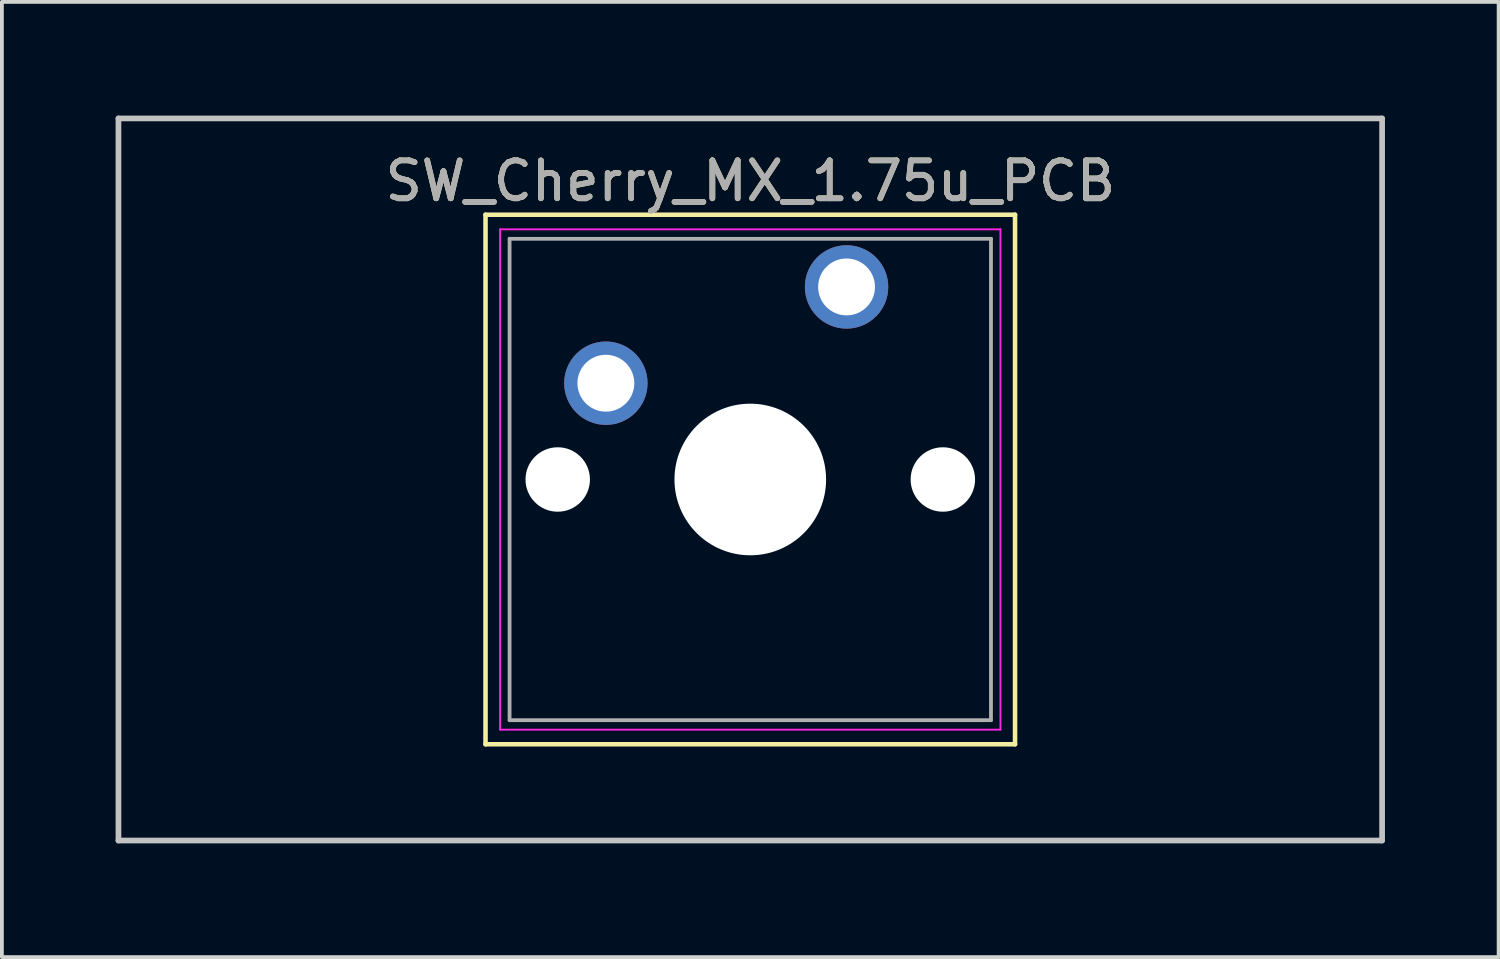
<source format=kicad_pcb>
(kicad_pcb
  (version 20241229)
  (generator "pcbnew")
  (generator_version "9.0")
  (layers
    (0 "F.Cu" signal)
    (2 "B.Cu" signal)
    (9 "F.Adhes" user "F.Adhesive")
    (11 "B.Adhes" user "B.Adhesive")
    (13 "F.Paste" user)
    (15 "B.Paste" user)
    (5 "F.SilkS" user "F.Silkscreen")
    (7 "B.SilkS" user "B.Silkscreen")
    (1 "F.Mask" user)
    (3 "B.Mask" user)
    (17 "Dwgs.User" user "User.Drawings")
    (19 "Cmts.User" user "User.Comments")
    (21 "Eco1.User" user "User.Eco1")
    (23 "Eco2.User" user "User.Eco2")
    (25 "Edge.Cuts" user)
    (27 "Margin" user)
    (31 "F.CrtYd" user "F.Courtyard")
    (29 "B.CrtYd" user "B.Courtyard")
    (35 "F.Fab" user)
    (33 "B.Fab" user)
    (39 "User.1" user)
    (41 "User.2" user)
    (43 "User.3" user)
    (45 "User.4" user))
  (footprint "SW_Cherry_MX_1.75u_PCB"
    (layer "F.Cu")
    (at 19.284 4.52)
    (property "Reference" "SW_Cherry_MX_1.75u_PCB" (at -2.54 -2.794 0) (layer "F.SilkS") (effects (font (size 1 1) (thickness 0.15))))
    (attr through_hole)
    (fp_line (start -9.525 -1.905) (end 4.445 -1.905) (stroke (width 0.12) (type solid)) (layer "F.SilkS"))
    (fp_line (start -9.525 12.065) (end -9.525 -1.905) (stroke (width 0.12) (type solid)) (layer "F.SilkS"))
    (fp_line (start 4.445 -1.905) (end 4.445 12.065) (stroke (width 0.12) (type solid)) (layer "F.SilkS"))
    (fp_line (start 4.445 12.065) (end -9.525 12.065) (stroke (width 0.12) (type solid)) (layer "F.SilkS"))
    (fp_line (start -19.209 -4.445) (end 14.129 -4.445) (stroke (width 0.15) (type solid)) (layer "Dwgs.User"))
    (fp_line (start -19.209 14.605) (end -19.209 -4.445) (stroke (width 0.15) (type solid)) (layer "Dwgs.User"))
    (fp_line (start 14.129 -4.445) (end 14.129 14.605) (stroke (width 0.15) (type solid)) (layer "Dwgs.User"))
    (fp_line (start 14.129 14.605) (end -19.209 14.605) (stroke (width 0.15) (type solid)) (layer "Dwgs.User"))
    (fp_line (start -9.14 -1.52) (end 4.06 -1.52) (stroke (width 0.05) (type solid)) (layer "F.CrtYd"))
    (fp_line (start -9.14 11.68) (end -9.14 -1.52) (stroke (width 0.05) (type solid)) (layer "F.CrtYd"))
    (fp_line (start 4.06 -1.52) (end 4.06 11.68) (stroke (width 0.05) (type solid)) (layer "F.CrtYd"))
    (fp_line (start 4.06 11.68) (end -9.14 11.68) (stroke (width 0.05) (type solid)) (layer "F.CrtYd"))
    (fp_line (start -8.89 -1.27) (end 3.81 -1.27) (stroke (width 0.1) (type solid)) (layer "F.Fab"))
    (fp_line (start -8.89 11.43) (end -8.89 -1.27) (stroke (width 0.1) (type solid)) (layer "F.Fab"))
    (fp_line (start 3.81 -1.27) (end 3.81 11.43) (stroke (width 0.1) (type solid)) (layer "F.Fab"))
    (fp_line (start 3.81 11.43) (end -8.89 11.43) (stroke (width 0.1) (type solid)) (layer "F.Fab"))
    (fp_text user "${REFERENCE}" (at -2.54 -2.794 0) (layer "F.Fab") (effects (font (size 1 1) (thickness 0.15))))
    (pad "" np_thru_hole circle (at -7.62 5.08) (size 1.7 1.7) (drill 1.7) (layers "*.Cu" "*.Mask"))
    (pad "" np_thru_hole circle (at -2.54 5.08) (size 4 4) (drill 4) (layers "*.Cu" "*.Mask"))
    (pad "" np_thru_hole circle (at 2.54 5.08) (size 1.7 1.7) (drill 1.7) (layers "*.Cu" "*.Mask"))
    (pad "1" thru_hole circle (at 0 0) (size 2.2 2.2) (drill 1.5) (layers "*.Cu" "*.Mask"))
    (pad "2" thru_hole circle (at -6.35 2.54) (size 2.2 2.2) (drill 1.5) (layers "*.Cu" "*.Mask")))
  (gr_rect
    (start -3 -3)
    (end 36.487 22.2)
    (stroke (width 0.1) (type default))
    (fill no)
    (layer "Edge.Cuts")))
</source>
